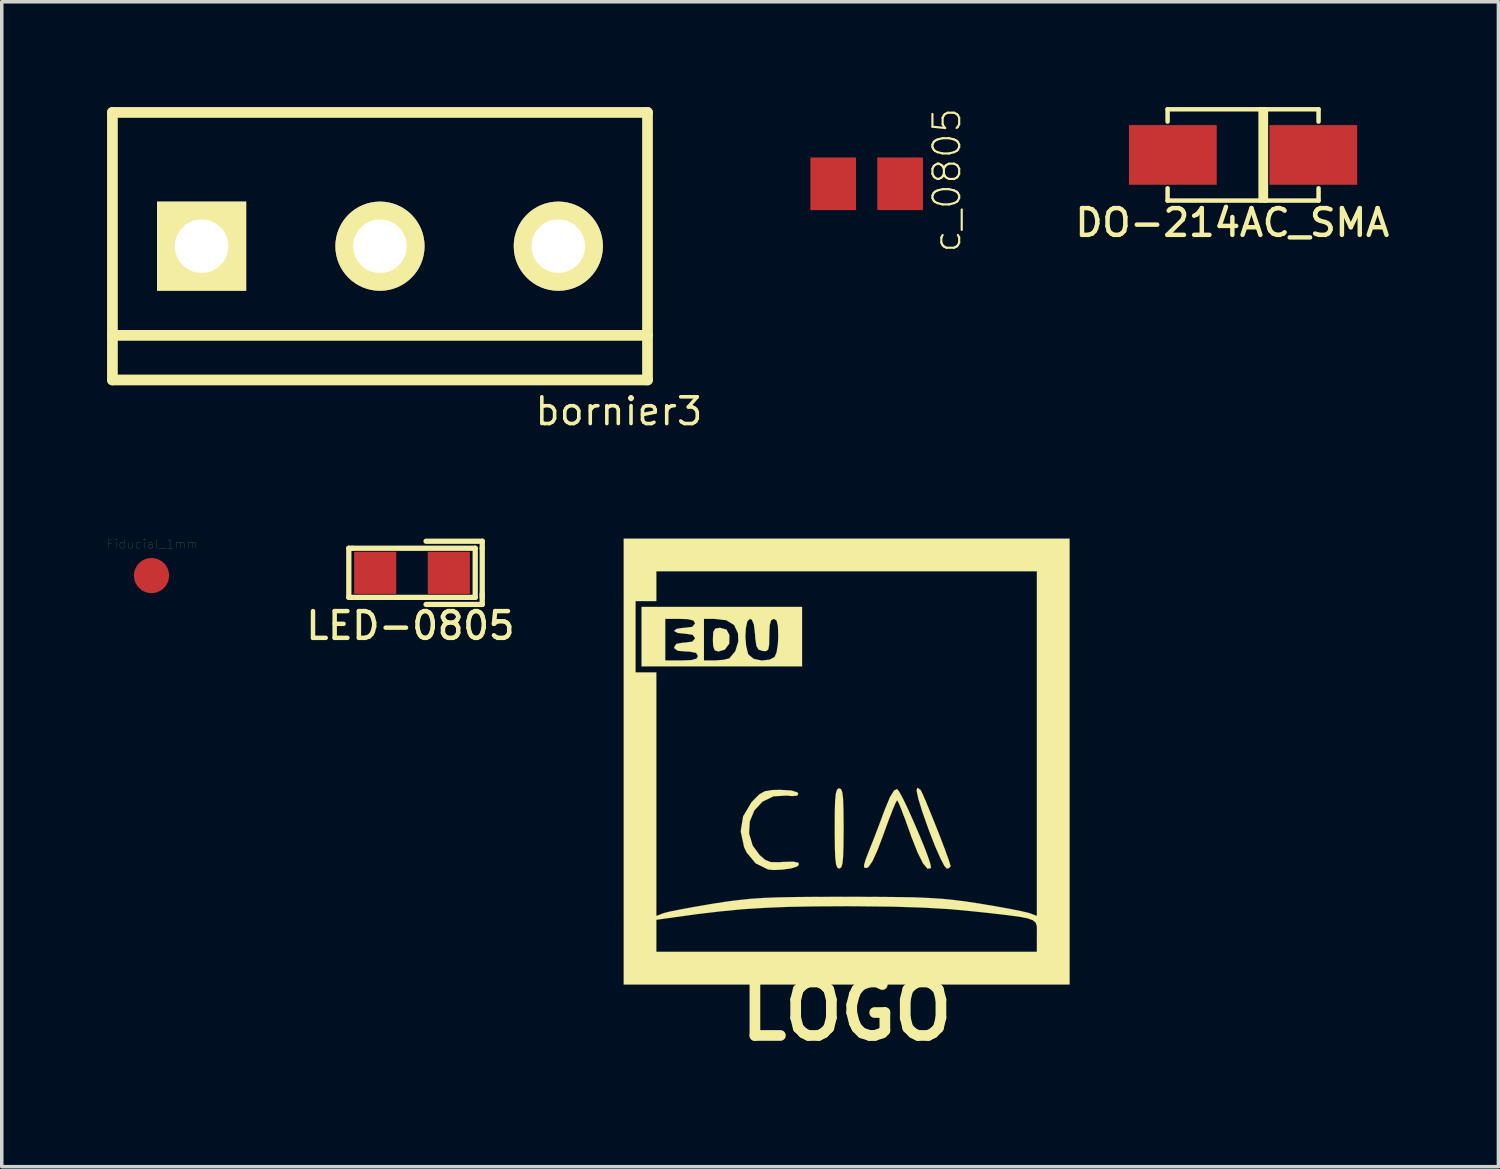
<source format=kicad_pcb>
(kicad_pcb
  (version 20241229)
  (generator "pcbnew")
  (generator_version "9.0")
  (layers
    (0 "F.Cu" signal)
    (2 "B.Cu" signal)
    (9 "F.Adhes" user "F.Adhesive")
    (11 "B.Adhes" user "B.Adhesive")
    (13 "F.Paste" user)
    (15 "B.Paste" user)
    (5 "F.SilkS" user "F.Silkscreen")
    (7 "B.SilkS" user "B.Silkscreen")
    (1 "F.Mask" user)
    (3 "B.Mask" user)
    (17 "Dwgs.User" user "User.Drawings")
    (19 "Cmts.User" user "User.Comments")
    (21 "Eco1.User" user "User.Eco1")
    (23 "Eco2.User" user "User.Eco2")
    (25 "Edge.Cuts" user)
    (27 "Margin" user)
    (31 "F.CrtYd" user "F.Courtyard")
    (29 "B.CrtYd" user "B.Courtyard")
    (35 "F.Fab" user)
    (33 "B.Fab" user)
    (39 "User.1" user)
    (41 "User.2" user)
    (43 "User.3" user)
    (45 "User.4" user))
  (footprint "bornier3"
    (layer "F.Cu")
    (at 7.772 3.962)
    (property "Reference" "bornier3" (at 6.806 4.704 0) (layer "F.SilkS") (effects (font (size 0.762 0.762) (thickness 0.102))))
    (attr through_hole)
    (fp_line (start -7.62 -3.81) (end 7.62 -3.81) (stroke (width 0.305) (type solid)) (layer "F.SilkS"))
    (fp_line (start -7.62 2.54) (end 7.62 2.54) (stroke (width 0.305) (type solid)) (layer "F.SilkS"))
    (fp_line (start -7.62 3.81) (end -7.62 -3.81) (stroke (width 0.305) (type solid)) (layer "F.SilkS"))
    (fp_line (start -7.62 3.81) (end 7.62 3.81) (stroke (width 0.305) (type solid)) (layer "F.SilkS"))
    (fp_line (start 7.62 3.81) (end 7.62 -3.81) (stroke (width 0.305) (type solid)) (layer "F.SilkS"))
    (pad "1" thru_hole rect (at -5.08 0) (size 2.54 2.54) (drill 1.524) (layers "*.Cu" "*.Mask" "F.SilkS"))
    (pad "2" thru_hole circle (at 0 0) (size 2.54 2.54) (drill 1.524) (layers "*.Cu" "*.Mask" "F.SilkS"))
    (pad "3" thru_hole circle (at 5.08 0) (size 2.54 2.54) (drill 1.524) (layers "*.Cu" "*.Mask" "F.SilkS")))
  (footprint "LED-0805"
    (layer "F.Cu")
    (at 8.685 13.265)
    (property "Reference" "LED-0805" (at -0.044 1.506 0) (layer "F.SilkS") (effects (font (size 0.762 0.762) (thickness 0.127))))
    (attr smd)
    (fp_line (start -1.8 -0.7) (end -1.7 -0.7) (stroke (width 0.15) (type solid)) (layer "F.SilkS"))
    (fp_line (start -1.8 0.7) (end -1.8 -0.7) (stroke (width 0.15) (type solid)) (layer "F.SilkS"))
    (fp_line (start -1.7 -0.7) (end 1.8 -0.7) (stroke (width 0.15) (type solid)) (layer "F.SilkS"))
    (fp_line (start 1.8 -0.7) (end 1.8 0.7) (stroke (width 0.15) (type solid)) (layer "F.SilkS"))
    (fp_line (start 1.8 0.7) (end -1.8 0.7) (stroke (width 0.15) (type solid)) (layer "F.SilkS"))
    (fp_line (start 2 -0.9) (end 0.4 -0.9) (stroke (width 0.15) (type solid)) (layer "F.SilkS"))
    (fp_line (start 2 -0.7) (end 2 -0.9) (stroke (width 0.15) (type solid)) (layer "F.SilkS"))
    (fp_line (start 2 -0.7) (end 2 0.7) (stroke (width 0.15) (type solid)) (layer "F.SilkS"))
    (fp_line (start 2 0.9) (end 0.4 0.9) (stroke (width 0.15) (type solid)) (layer "F.SilkS"))
    (fp_line (start 2 0.9) (end 2 0.6) (stroke (width 0.15) (type solid)) (layer "F.SilkS"))
    (pad "1" smd rect (at -1.049 0) (size 1.199 1.199) (layers "F.Cu" "F.Mask" "F.Paste"))
    (pad "2" smd rect (at 1.049 0) (size 1.199 1.199) (layers "F.Cu" "F.Mask" "F.Paste")))
  (footprint "DO-214AC_SMA"
    (layer "F.Cu")
    (at 32.355 1.363)
    (property "Reference" "DO-214AC_SMA" (at -0.305 1.93 0) (layer "F.SilkS") (effects (font (size 0.762 0.762) (thickness 0.127))))
    (attr through_hole)
    (fp_line (start -2.15 -1.3) (end -2.15 -0.95) (stroke (width 0.127) (type solid)) (layer "F.SilkS"))
    (fp_line (start -2.15 -1.3) (end 2.15 -1.3) (stroke (width 0.127) (type solid)) (layer "F.SilkS"))
    (fp_line (start -2.15 1.3) (end -2.15 0.95) (stroke (width 0.127) (type solid)) (layer "F.SilkS"))
    (fp_line (start 0.5 1.3) (end 0.5 -1.3) (stroke (width 0.127) (type solid)) (layer "F.SilkS"))
    (fp_line (start 0.6 -1.3) (end 0.6 1.3) (stroke (width 0.127) (type solid)) (layer "F.SilkS"))
    (fp_line (start 0.65 -1.3) (end 0.65 1.3) (stroke (width 0.127) (type solid)) (layer "F.SilkS"))
    (fp_line (start 2.15 -1.3) (end 2.15 -0.95) (stroke (width 0.127) (type solid)) (layer "F.SilkS"))
    (fp_line (start 2.15 1.3) (end -2.15 1.3) (stroke (width 0.127) (type solid)) (layer "F.SilkS"))
    (fp_line (start 2.15 1.3) (end 2.15 0.95) (stroke (width 0.127) (type solid)) (layer "F.SilkS"))
    (pad "1" smd rect (at -2 0) (size 2.5 1.7) (layers "F.Cu" "F.Mask" "F.Paste"))
    (pad "2" smd rect (at 2 0) (size 2.5 1.7) (layers "F.Cu" "F.Mask" "F.Paste")))
  (footprint "c_0805"
    (layer "F.Cu")
    (at 21.634 2.185)
    (property "Reference" "c_0805" (at 2.286 -0.102 90) (layer "F.SilkS") (effects (font (size 0.762 0.762) (thickness 0.061))))
    (attr through_hole)
    (pad "1" smd rect (at 0.953 0) (size 1.3 1.499) (layers "F.Cu" "F.Mask" "F.Paste"))
    (pad "2" smd rect (at -0.953 0) (size 1.3 1.499) (layers "F.Cu" "F.Mask" "F.Paste")))
  (footprint "Fiducial_1mm"
    (layer "F.Cu")
    (at 1.265 13.343)
    (property "Reference" "Fiducial_1mm" (at 0.02 -0.9 0) (layer "F.SilkS") (effects (font (size 0.254 0.254) (thickness 0.003))))
    (attr through_hole)
    (pad "1" smd circle (at 0 0) (size 1 1) (layers "F.Cu" "F.Mask")))
  (footprint "LOGO"
    (layer "F.Cu")
    (at 21.064 18.641)
    (property "Reference" "LOGO" (at 0 7.112 0) (layer "F.SilkS") (effects (font (size 1.524 1.524) (thickness 0.305))))
    (attr through_hole)
    (fp_poly (pts (xy -3.338 -3.599) (xy -3.343 -3.358) (xy -3.47 -3.188) (xy -3.653 -3.134) (xy -3.757 -3.167) (xy -3.802 -3.292) (xy -3.81 -3.472) (xy -3.8 -3.691) (xy -3.744 -3.787) (xy -3.617 -3.81) (xy -3.602 -3.81) (xy -3.421 -3.759) (xy -3.338 -3.599)) (stroke (width 0.003) (type solid)) (fill yes) (layer "F.SilkS"))
    (fp_poly (pts (xy 2.962 2.987) (xy 2.896 3.043) (xy 2.852 3.048) (xy 2.784 2.972) (xy 2.672 2.758) (xy 2.53 2.436) (xy 2.37 2.029) (xy 2.337 1.941) (xy 2.151 1.415) (xy 2.037 1.041) (xy 1.991 0.818) (xy 2.017 0.744) (xy 2.106 0.808) (xy 2.159 0.912) (xy 2.256 1.133) (xy 2.383 1.443) (xy 2.525 1.796) (xy 2.67 2.162) (xy 2.797 2.499) (xy 2.898 2.776) (xy 2.954 2.949) (xy 2.962 2.987)) (stroke (width 0.003) (type solid)) (fill yes) (layer "F.SilkS"))
    (fp_poly (pts (xy -0.086 1.905) (xy -0.089 2.372) (xy -0.099 2.695) (xy -0.119 2.901) (xy -0.15 3.007) (xy -0.198 3.045) (xy -0.213 3.048) (xy -0.264 3.023) (xy -0.3 2.934) (xy -0.323 2.756) (xy -0.335 2.464) (xy -0.34 2.032) (xy -0.34 1.905) (xy -0.338 1.435) (xy -0.328 1.113) (xy -0.307 0.907) (xy -0.274 0.8) (xy -0.226 0.762) (xy -0.213 0.762) (xy -0.16 0.785) (xy -0.124 0.874) (xy -0.102 1.052) (xy -0.091 1.344) (xy -0.086 1.775) (xy -0.086 1.905)) (stroke (width 0.003) (type solid)) (fill yes) (layer "F.SilkS"))
    (fp_poly (pts (xy -1.364 2.949) (xy -1.42 2.992) (xy -1.582 3.043) (xy -1.831 3.078) (xy -2.085 3.089) (xy -2.24 3.073) (xy -2.593 2.898) (xy -2.847 2.591) (xy -2.921 2.436) (xy -3.018 1.986) (xy -2.949 1.56) (xy -2.715 1.166) (xy -2.667 1.113) (xy -2.492 0.937) (xy -2.334 0.846) (xy -2.123 0.81) (xy -1.902 0.805) (xy -1.58 0.823) (xy -1.405 0.876) (xy -1.379 0.909) (xy -1.402 0.97) (xy -1.552 0.983) (xy -1.709 0.968) (xy -2.088 0.991) (xy -2.398 1.143) (xy -2.629 1.392) (xy -2.758 1.704) (xy -2.779 2.05) (xy -2.675 2.395) (xy -2.477 2.664) (xy -2.319 2.802) (xy -2.159 2.863) (xy -1.93 2.868) (xy -1.801 2.857) (xy -1.519 2.85) (xy -1.369 2.883) (xy -1.364 2.949)) (stroke (width 0.003) (type solid)) (fill yes) (layer "F.SilkS"))
    (fp_poly (pts (xy 2.403 3.035) (xy 2.304 3.053) (xy 2.177 2.903) (xy 2.022 2.593) (xy 1.836 2.121) (xy 1.808 2.037) (xy 1.676 1.671) (xy 1.562 1.372) (xy 1.478 1.171) (xy 1.438 1.1) (xy 1.394 1.176) (xy 1.308 1.379) (xy 1.191 1.681) (xy 1.057 2.05) (xy 1.057 2.052) (xy 0.879 2.522) (xy 0.737 2.835) (xy 0.625 3) (xy 0.574 3.03) (xy 0.505 3.025) (xy 0.493 2.959) (xy 0.538 2.797) (xy 0.645 2.522) (xy 0.79 2.156) (xy 0.953 1.727) (xy 1.085 1.372) (xy 1.232 1.016) (xy 1.351 0.823) (xy 1.435 0.78) (xy 1.499 0.861) (xy 1.608 1.062) (xy 1.748 1.354) (xy 1.902 1.699) (xy 2.06 2.065) (xy 2.205 2.416) (xy 2.319 2.715) (xy 2.39 2.934) (xy 2.403 3.035)) (stroke (width 0.003) (type solid)) (fill yes) (layer "F.SilkS"))
    (fp_poly (pts (xy 6.35 6.35) (xy 5.42 6.35) (xy 5.42 4.801) (xy 5.418 4.737) (xy 5.418 4.397) (xy 5.418 -0.511) (xy 5.418 -5.42) (xy 0 -5.42) (xy -5.42 -5.42) (xy -5.42 -4.996) (xy -5.42 -4.572) (xy -5.715 -4.572) (xy -6.012 -4.572) (xy -6.012 -3.556) (xy -6.012 -2.54) (xy -5.715 -2.54) (xy -5.42 -2.54) (xy -5.42 0.927) (xy -5.42 4.397) (xy -5.215 4.318) (xy -5.06 4.277) (xy -4.773 4.219) (xy -4.392 4.148) (xy -3.952 4.072) (xy -3.797 4.046) (xy -3.424 3.988) (xy -3.081 3.945) (xy -2.741 3.909) (xy -2.375 3.884) (xy -1.956 3.868) (xy -1.455 3.858) (xy -0.846 3.853) (xy -0.097 3.851) (xy 0 3.851) (xy 0.765 3.853) (xy 1.389 3.858) (xy 1.902 3.866) (xy 2.329 3.884) (xy 2.7 3.907) (xy 3.04 3.94) (xy 3.381 3.983) (xy 3.749 4.039) (xy 3.795 4.046) (xy 4.244 4.122) (xy 4.651 4.196) (xy 4.973 4.26) (xy 5.177 4.308) (xy 5.212 4.318) (xy 5.418 4.397) (xy 5.418 4.737) (xy 5.415 4.676) (xy 5.382 4.585) (xy 5.298 4.516) (xy 5.146 4.463) (xy 4.905 4.417) (xy 4.552 4.371) (xy 4.067 4.315) (xy 3.597 4.265) (xy 2.946 4.204) (xy 2.202 4.161) (xy 1.346 4.133) (xy 0.351 4.122) (xy 0 4.12) (xy -0.892 4.125) (xy -1.656 4.138) (xy -2.334 4.166) (xy -2.967 4.206) (xy -3.597 4.267) (xy -4.265 4.346) (xy -4.763 4.415) (xy -5.42 4.506) (xy -5.42 4.961) (xy -5.42 5.418) (xy 0 5.418) (xy 5.418 5.418) (xy 5.418 4.961) (xy 5.42 4.801) (xy 5.42 6.35) (xy 0 6.35) (xy -6.35 6.35) (xy -6.35 0) (xy -6.35 -6.35) (xy 0 -6.35) (xy 6.35 -6.35) (xy 6.35 0) (xy 6.35 6.35)) (stroke (width 0.003) (type solid)) (fill yes) (layer "F.SilkS"))
    (fp_poly (pts (xy -1.27 -2.71) (xy -1.948 -2.71) (xy -1.948 -3.574) (xy -1.958 -3.863) (xy -1.996 -4.016) (xy -2.068 -4.064) (xy -2.075 -4.064) (xy -2.151 -4.023) (xy -2.192 -3.879) (xy -2.202 -3.597) (xy -2.202 -3.594) (xy -2.207 -3.325) (xy -2.235 -3.188) (xy -2.299 -3.145) (xy -2.393 -3.15) (xy -2.507 -3.188) (xy -2.57 -3.289) (xy -2.601 -3.498) (xy -2.609 -3.619) (xy -2.642 -3.904) (xy -2.7 -4.041) (xy -2.758 -4.064) (xy -2.83 -3.99) (xy -2.87 -3.802) (xy -2.883 -3.551) (xy -2.863 -3.294) (xy -2.809 -3.081) (xy -2.791 -3.043) (xy -2.647 -2.926) (xy -2.418 -2.878) (xy -2.187 -2.906) (xy -2.05 -2.982) (xy -1.994 -3.117) (xy -1.958 -3.36) (xy -1.948 -3.574) (xy -1.948 -2.71) (xy -3.086 -2.71) (xy -3.086 -3.421) (xy -3.094 -3.647) (xy -3.205 -3.889) (xy -3.429 -4.026) (xy -3.764 -4.064) (xy -4.064 -4.064) (xy -4.064 -3.472) (xy -4.064 -2.88) (xy -3.747 -2.88) (xy -3.515 -2.898) (xy -3.353 -2.936) (xy -3.338 -2.944) (xy -3.172 -3.142) (xy -3.086 -3.421) (xy -3.086 -2.71) (xy -3.556 -2.71) (xy -4.234 -2.71) (xy -4.234 -3.007) (xy -4.29 -3.096) (xy -4.475 -3.132) (xy -4.572 -3.134) (xy -4.808 -3.155) (xy -4.905 -3.223) (xy -4.912 -3.261) (xy -4.849 -3.355) (xy -4.643 -3.388) (xy -4.615 -3.388) (xy -4.397 -3.416) (xy -4.321 -3.503) (xy -4.318 -3.515) (xy -4.384 -3.609) (xy -4.59 -3.642) (xy -4.615 -3.642) (xy -4.811 -3.663) (xy -4.91 -3.716) (xy -4.912 -3.726) (xy -4.839 -3.782) (xy -4.653 -3.81) (xy -4.615 -3.81) (xy -4.397 -3.838) (xy -4.321 -3.927) (xy -4.318 -3.937) (xy -4.364 -4.018) (xy -4.521 -4.056) (xy -4.742 -4.064) (xy -5.166 -4.064) (xy -5.166 -3.472) (xy -5.166 -2.88) (xy -4.699 -2.88) (xy -4.42 -2.891) (xy -4.275 -2.931) (xy -4.234 -3.007) (xy -4.234 -2.71) (xy -5.842 -2.71) (xy -5.842 -3.556) (xy -5.842 -4.404) (xy -3.556 -4.404) (xy -1.27 -4.404) (xy -1.27 -3.556) (xy -1.27 -2.71)) (stroke (width 0.003) (type solid)) (fill yes) (layer "F.SilkS")))
  (gr_rect
    (start -3 -3)
    (end 39.628 30.18)
    (stroke (width 0.1) (type default))
    (fill no)
    (layer "Edge.Cuts")))
</source>
